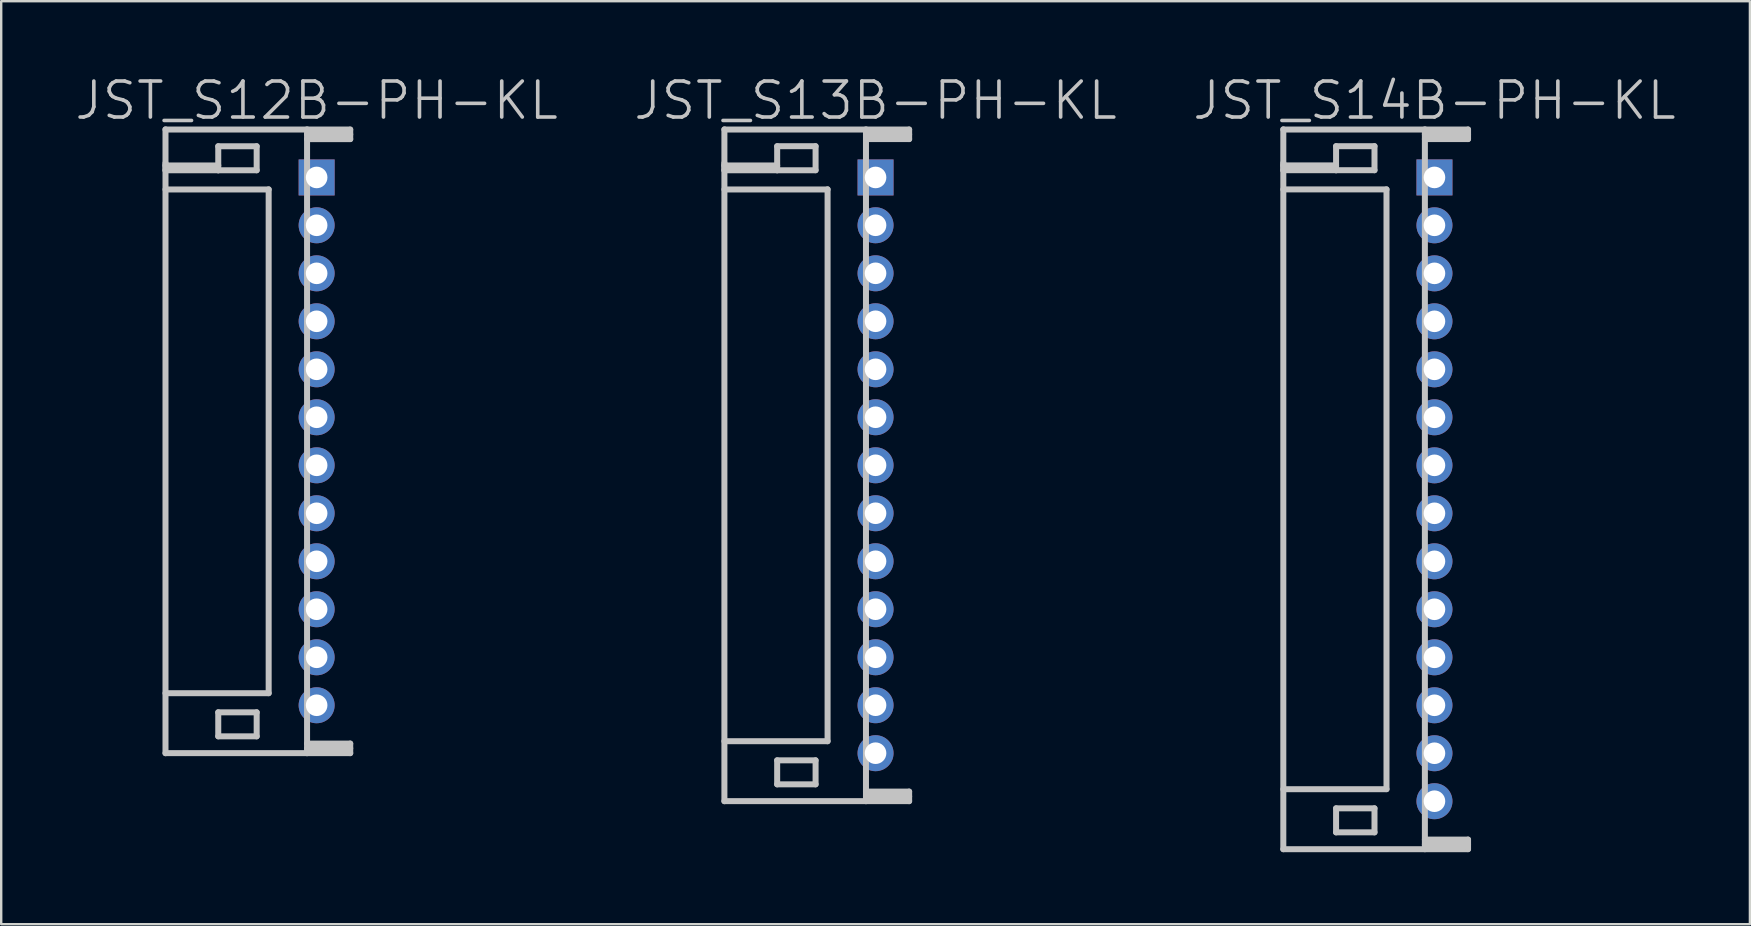
<source format=kicad_pcb>
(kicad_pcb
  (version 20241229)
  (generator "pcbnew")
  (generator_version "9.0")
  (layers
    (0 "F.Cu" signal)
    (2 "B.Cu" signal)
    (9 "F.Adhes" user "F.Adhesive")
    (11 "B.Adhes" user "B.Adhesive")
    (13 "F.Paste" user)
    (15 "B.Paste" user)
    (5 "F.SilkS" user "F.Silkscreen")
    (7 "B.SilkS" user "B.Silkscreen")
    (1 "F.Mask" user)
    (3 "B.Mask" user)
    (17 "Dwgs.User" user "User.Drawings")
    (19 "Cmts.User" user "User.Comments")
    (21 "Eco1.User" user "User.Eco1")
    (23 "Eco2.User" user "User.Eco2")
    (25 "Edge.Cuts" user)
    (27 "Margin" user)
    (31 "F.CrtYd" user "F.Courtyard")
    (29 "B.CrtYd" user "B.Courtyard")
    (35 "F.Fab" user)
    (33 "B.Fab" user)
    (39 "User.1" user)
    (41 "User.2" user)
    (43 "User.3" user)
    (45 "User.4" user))
  (footprint "JST_S13B-PH-KL"
    (layer "F.Cu")
    (at 33.439 16.341)
    (property "Reference" "JST_S13B-PH-KL" (at 0 -15.2 180) (layer "Dwgs.User") (effects (font (size 1.5 1.5) (thickness 0.15))))
    (attr through_hole)
    (fp_line (start -6.299 -12.496) (end -4.1 -12.496) (stroke (width 0.25) (type solid)) (layer "Dwgs.User"))
    (fp_line (start -6.299 -12.296) (end -6.299 -12.596) (stroke (width 0.25) (type solid)) (layer "Dwgs.User"))
    (fp_line (start -6.299 13.998) (end 1.4 13.998) (stroke (width 0.25) (type solid)) (layer "Dwgs.User"))
    (fp_line (start -6.299 14) (end -6.299 -14) (stroke (width 0.25) (type solid)) (layer "Dwgs.User"))
    (fp_line (start -4.1 -13.297) (end -2.499 -13.297) (stroke (width 0.25) (type solid)) (layer "Dwgs.User"))
    (fp_line (start -4.1 -12.296) (end -6.299 -12.296) (stroke (width 0.25) (type solid)) (layer "Dwgs.User"))
    (fp_line (start -4.1 -12.296) (end -4.1 -13.297) (stroke (width 0.25) (type solid)) (layer "Dwgs.User"))
    (fp_line (start -4.1 12.296) (end -2.499 12.296) (stroke (width 0.25) (type solid)) (layer "Dwgs.User"))
    (fp_line (start -4.1 13.297) (end -4.1 12.296) (stroke (width 0.25) (type solid)) (layer "Dwgs.User"))
    (fp_line (start -2.499 -13.297) (end -2.499 -12.296) (stroke (width 0.25) (type solid)) (layer "Dwgs.User"))
    (fp_line (start -2.499 -12.296) (end -4.1 -12.296) (stroke (width 0.25) (type solid)) (layer "Dwgs.User"))
    (fp_line (start -2.499 12.296) (end -2.499 13.297) (stroke (width 0.25) (type solid)) (layer "Dwgs.User"))
    (fp_line (start -2.499 13.297) (end -4.1 13.297) (stroke (width 0.25) (type solid)) (layer "Dwgs.User"))
    (fp_line (start -1.999 -11.501) (end -1.999 11.501) (stroke (width 0.25) (type solid)) (layer "Dwgs.User"))
    (fp_line (start -1.999 -11.496) (end -6.299 -11.496) (stroke (width 0.25) (type solid)) (layer "Dwgs.User"))
    (fp_line (start -1.999 11.499) (end -6.299 11.499) (stroke (width 0.25) (type solid)) (layer "Dwgs.User"))
    (fp_line (start -0.399 -13.594) (end 1.4 -13.594) (stroke (width 0.25) (type solid)) (layer "Dwgs.User"))
    (fp_line (start -0.399 14) (end -0.399 -14) (stroke (width 0.25) (type solid)) (layer "Dwgs.User"))
    (fp_line (start 1.4 -13.993) (end -6.299 -13.993) (stroke (width 0.25) (type solid)) (layer "Dwgs.User"))
    (fp_line (start 1.4 -13.792) (end -0.399 -13.792) (stroke (width 0.25) (type solid)) (layer "Dwgs.User"))
    (fp_line (start 1.4 -13.594) (end 1.4 -13.993) (stroke (width 0.25) (type solid)) (layer "Dwgs.User"))
    (fp_line (start 1.4 13.599) (end -0.399 13.599) (stroke (width 0.25) (type solid)) (layer "Dwgs.User"))
    (fp_line (start 1.4 13.797) (end -0.399 13.797) (stroke (width 0.25) (type solid)) (layer "Dwgs.User"))
    (fp_line (start 1.4 13.998) (end 1.4 13.599) (stroke (width 0.25) (type solid)) (layer "Dwgs.User"))
    (pad "1" thru_hole rect (at 0 -11.996 270) (size 1.5 1.5) (drill 0.9) (layers "*.Cu" "*.Mask"))
    (pad "2" thru_hole circle (at 0 -10.003 270) (size 1.5 1.5) (drill 0.9) (layers "*.Cu" "*.Mask"))
    (pad "3" thru_hole circle (at 0 -8.001 270) (size 1.5 1.5) (drill 0.9) (layers "*.Cu" "*.Mask"))
    (pad "4" thru_hole circle (at 0 -6.002 270) (size 1.5 1.5) (drill 0.9) (layers "*.Cu" "*.Mask"))
    (pad "5" thru_hole circle (at 0 -4 270) (size 1.5 1.5) (drill 0.9) (layers "*.Cu" "*.Mask"))
    (pad "6" thru_hole circle (at 0 -2.002 270) (size 1.5 1.5) (drill 0.9) (layers "*.Cu" "*.Mask"))
    (pad "7" thru_hole circle (at 0 0 270) (size 1.5 1.5) (drill 0.9) (layers "*.Cu" "*.Mask"))
    (pad "8" thru_hole circle (at 0 1.999 270) (size 1.5 1.5) (drill 0.9) (layers "*.Cu" "*.Mask"))
    (pad "9" thru_hole circle (at 0 4 270) (size 1.5 1.5) (drill 0.9) (layers "*.Cu" "*.Mask"))
    (pad "10" thru_hole circle (at 0 5.999 270) (size 1.5 1.5) (drill 0.9) (layers "*.Cu" "*.Mask"))
    (pad "11" thru_hole circle (at 0 8.001 270) (size 1.5 1.5) (drill 0.9) (layers "*.Cu" "*.Mask"))
    (pad "12" thru_hole circle (at 0 10 270) (size 1.5 1.5) (drill 0.9) (layers "*.Cu" "*.Mask"))
    (pad "13" thru_hole circle (at 0 11.999 270) (size 1.5 1.5) (drill 0.9) (layers "*.Cu" "*.Mask")))
  (footprint "JST_S12B-PH-KL"
    (layer "F.Cu")
    (at 10.146 15.341)
    (property "Reference" "JST_S12B-PH-KL" (at 0 -14.2 180) (layer "Dwgs.User") (effects (font (size 1.5 1.5) (thickness 0.15))))
    (attr through_hole)
    (fp_line (start -6.299 -13) (end -6.299 13) (stroke (width 0.25) (type solid)) (layer "Dwgs.User"))
    (fp_line (start -6.299 -11.495) (end -4.1 -11.495) (stroke (width 0.25) (type solid)) (layer "Dwgs.User"))
    (fp_line (start -6.299 -11.295) (end -6.299 -11.595) (stroke (width 0.25) (type solid)) (layer "Dwgs.User"))
    (fp_line (start -6.299 12.997) (end 1.4 12.997) (stroke (width 0.25) (type solid)) (layer "Dwgs.User"))
    (fp_line (start -4.1 -12.296) (end -2.499 -12.296) (stroke (width 0.25) (type solid)) (layer "Dwgs.User"))
    (fp_line (start -4.1 -11.295) (end -6.299 -11.295) (stroke (width 0.25) (type solid)) (layer "Dwgs.User"))
    (fp_line (start -4.1 -11.295) (end -4.1 -12.296) (stroke (width 0.25) (type solid)) (layer "Dwgs.User"))
    (fp_line (start -4.1 11.295) (end -2.499 11.295) (stroke (width 0.25) (type solid)) (layer "Dwgs.User"))
    (fp_line (start -4.1 12.296) (end -4.1 11.295) (stroke (width 0.25) (type solid)) (layer "Dwgs.User"))
    (fp_line (start -2.499 -12.296) (end -2.499 -11.295) (stroke (width 0.25) (type solid)) (layer "Dwgs.User"))
    (fp_line (start -2.499 -11.295) (end -4.1 -11.295) (stroke (width 0.25) (type solid)) (layer "Dwgs.User"))
    (fp_line (start -2.499 11.295) (end -2.499 12.296) (stroke (width 0.25) (type solid)) (layer "Dwgs.User"))
    (fp_line (start -2.499 12.296) (end -4.1 12.296) (stroke (width 0.25) (type solid)) (layer "Dwgs.User"))
    (fp_line (start -1.999 -10.495) (end -6.299 -10.495) (stroke (width 0.25) (type solid)) (layer "Dwgs.User"))
    (fp_line (start -1.999 10.498) (end -6.299 10.498) (stroke (width 0.25) (type solid)) (layer "Dwgs.User"))
    (fp_line (start -1.999 10.5) (end -1.999 -10.5) (stroke (width 0.25) (type solid)) (layer "Dwgs.User"))
    (fp_line (start -0.399 -13) (end -0.399 13) (stroke (width 0.25) (type solid)) (layer "Dwgs.User"))
    (fp_line (start -0.399 -12.593) (end 1.4 -12.593) (stroke (width 0.25) (type solid)) (layer "Dwgs.User"))
    (fp_line (start 1.4 -12.992) (end -6.299 -12.992) (stroke (width 0.25) (type solid)) (layer "Dwgs.User"))
    (fp_line (start 1.4 -12.791) (end -0.399 -12.791) (stroke (width 0.25) (type solid)) (layer "Dwgs.User"))
    (fp_line (start 1.4 -12.593) (end 1.4 -12.992) (stroke (width 0.25) (type solid)) (layer "Dwgs.User"))
    (fp_line (start 1.4 12.598) (end -0.399 12.598) (stroke (width 0.25) (type solid)) (layer "Dwgs.User"))
    (fp_line (start 1.4 12.797) (end -0.399 12.797) (stroke (width 0.25) (type solid)) (layer "Dwgs.User"))
    (fp_line (start 1.4 12.997) (end 1.4 12.598) (stroke (width 0.25) (type solid)) (layer "Dwgs.User"))
    (pad "1" thru_hole rect (at 0 -10.996 270) (size 1.5 1.5) (drill 0.9) (layers "*.Cu" "*.Mask"))
    (pad "2" thru_hole circle (at 0 -9.002 270) (size 1.5 1.5) (drill 0.9) (layers "*.Cu" "*.Mask"))
    (pad "3" thru_hole circle (at 0 -7 270) (size 1.5 1.5) (drill 0.9) (layers "*.Cu" "*.Mask"))
    (pad "4" thru_hole circle (at 0 -5.001 270) (size 1.5 1.5) (drill 0.9) (layers "*.Cu" "*.Mask"))
    (pad "5" thru_hole circle (at 0 -3 270) (size 1.5 1.5) (drill 0.9) (layers "*.Cu" "*.Mask"))
    (pad "6" thru_hole circle (at 0 -1.001 270) (size 1.5 1.5) (drill 0.9) (layers "*.Cu" "*.Mask"))
    (pad "7" thru_hole circle (at 0 1.001 270) (size 1.5 1.5) (drill 0.9) (layers "*.Cu" "*.Mask"))
    (pad "8" thru_hole circle (at 0 3 270) (size 1.5 1.5) (drill 0.9) (layers "*.Cu" "*.Mask"))
    (pad "9" thru_hole circle (at 0 5.001 270) (size 1.5 1.5) (drill 0.9) (layers "*.Cu" "*.Mask"))
    (pad "10" thru_hole circle (at 0 7 270) (size 1.5 1.5) (drill 0.9) (layers "*.Cu" "*.Mask"))
    (pad "11" thru_hole circle (at 0 9.002 270) (size 1.5 1.5) (drill 0.9) (layers "*.Cu" "*.Mask"))
    (pad "12" thru_hole circle (at 0 11.001 270) (size 1.5 1.5) (drill 0.9) (layers "*.Cu" "*.Mask")))
  (footprint "JST_S14B-PH-KL"
    (layer "F.Cu")
    (at 56.732 17.341)
    (property "Reference" "JST_S14B-PH-KL" (at 0 -16.2 180) (layer "Dwgs.User") (effects (font (size 1.5 1.5) (thickness 0.15))))
    (attr through_hole)
    (fp_line (start -6.299 -13.497) (end -4.1 -13.497) (stroke (width 0.25) (type solid)) (layer "Dwgs.User"))
    (fp_line (start -6.299 -13.297) (end -6.299 -13.597) (stroke (width 0.25) (type solid)) (layer "Dwgs.User"))
    (fp_line (start -6.299 14.999) (end 1.4 14.999) (stroke (width 0.25) (type solid)) (layer "Dwgs.User"))
    (fp_line (start -6.299 15.001) (end -6.299 -15.001) (stroke (width 0.25) (type solid)) (layer "Dwgs.User"))
    (fp_line (start -4.1 -14.298) (end -2.499 -14.298) (stroke (width 0.25) (type solid)) (layer "Dwgs.User"))
    (fp_line (start -4.1 -13.297) (end -6.299 -13.297) (stroke (width 0.25) (type solid)) (layer "Dwgs.User"))
    (fp_line (start -4.1 -13.297) (end -4.1 -14.298) (stroke (width 0.25) (type solid)) (layer "Dwgs.User"))
    (fp_line (start -4.1 13.297) (end -2.499 13.297) (stroke (width 0.25) (type solid)) (layer "Dwgs.User"))
    (fp_line (start -4.1 14.298) (end -4.1 13.297) (stroke (width 0.25) (type solid)) (layer "Dwgs.User"))
    (fp_line (start -2.499 -14.298) (end -2.499 -13.297) (stroke (width 0.25) (type solid)) (layer "Dwgs.User"))
    (fp_line (start -2.499 -13.297) (end -4.1 -13.297) (stroke (width 0.25) (type solid)) (layer "Dwgs.User"))
    (fp_line (start -2.499 13.297) (end -2.499 14.298) (stroke (width 0.25) (type solid)) (layer "Dwgs.User"))
    (fp_line (start -2.499 14.298) (end -4.1 14.298) (stroke (width 0.25) (type solid)) (layer "Dwgs.User"))
    (fp_line (start -1.999 -12.499) (end -1.999 12.499) (stroke (width 0.25) (type solid)) (layer "Dwgs.User"))
    (fp_line (start -1.999 -12.497) (end -6.299 -12.497) (stroke (width 0.25) (type solid)) (layer "Dwgs.User"))
    (fp_line (start -1.999 12.499) (end -6.299 12.499) (stroke (width 0.25) (type solid)) (layer "Dwgs.User"))
    (fp_line (start -0.399 -14.595) (end 1.4 -14.595) (stroke (width 0.25) (type solid)) (layer "Dwgs.User"))
    (fp_line (start -0.399 15.001) (end -0.399 -15.001) (stroke (width 0.25) (type solid)) (layer "Dwgs.User"))
    (fp_line (start 1.4 -14.994) (end -6.299 -14.994) (stroke (width 0.25) (type solid)) (layer "Dwgs.User"))
    (fp_line (start 1.4 -14.793) (end -0.399 -14.793) (stroke (width 0.25) (type solid)) (layer "Dwgs.User"))
    (fp_line (start 1.4 -14.595) (end 1.4 -14.994) (stroke (width 0.25) (type solid)) (layer "Dwgs.User"))
    (fp_line (start 1.4 14.6) (end -0.399 14.6) (stroke (width 0.25) (type solid)) (layer "Dwgs.User"))
    (fp_line (start 1.4 14.798) (end -0.399 14.798) (stroke (width 0.25) (type solid)) (layer "Dwgs.User"))
    (fp_line (start 1.4 14.999) (end 1.4 14.6) (stroke (width 0.25) (type solid)) (layer "Dwgs.User"))
    (pad "1" thru_hole rect (at 0 -12.997 270) (size 1.5 1.5) (drill 0.9) (layers "*.Cu" "*.Mask"))
    (pad "2" thru_hole circle (at 0 -11.001 270) (size 1.5 1.5) (drill 0.9) (layers "*.Cu" "*.Mask"))
    (pad "3" thru_hole circle (at 0 -8.999 270) (size 1.5 1.5) (drill 0.9) (layers "*.Cu" "*.Mask"))
    (pad "4" thru_hole circle (at 0 -7 270) (size 1.5 1.5) (drill 0.9) (layers "*.Cu" "*.Mask"))
    (pad "5" thru_hole circle (at 0 -4.999 270) (size 1.5 1.5) (drill 0.9) (layers "*.Cu" "*.Mask"))
    (pad "6" thru_hole circle (at 0 -3 270) (size 1.5 1.5) (drill 0.9) (layers "*.Cu" "*.Mask"))
    (pad "7" thru_hole circle (at 0 -0.998 270) (size 1.5 1.5) (drill 0.9) (layers "*.Cu" "*.Mask"))
    (pad "8" thru_hole circle (at 0 1.001 270) (size 1.5 1.5) (drill 0.9) (layers "*.Cu" "*.Mask"))
    (pad "9" thru_hole circle (at 0 3.002 270) (size 1.5 1.5) (drill 0.9) (layers "*.Cu" "*.Mask"))
    (pad "10" thru_hole circle (at 0 5.001 270) (size 1.5 1.5) (drill 0.9) (layers "*.Cu" "*.Mask"))
    (pad "11" thru_hole circle (at 0 7.003 270) (size 1.5 1.5) (drill 0.9) (layers "*.Cu" "*.Mask"))
    (pad "12" thru_hole circle (at 0 9.002 270) (size 1.5 1.5) (drill 0.9) (layers "*.Cu" "*.Mask"))
    (pad "13" thru_hole circle (at 0 11.001 270) (size 1.5 1.5) (drill 0.9) (layers "*.Cu" "*.Mask"))
    (pad "14" thru_hole circle (at 0 13 270) (size 1.5 1.5) (drill 0.9) (layers "*.Cu" "*.Mask")))
  (gr_rect
    (start -3 -3)
    (end 69.879 35.467)
    (stroke (width 0.1) (type default))
    (fill no)
    (layer "Edge.Cuts")))
</source>
